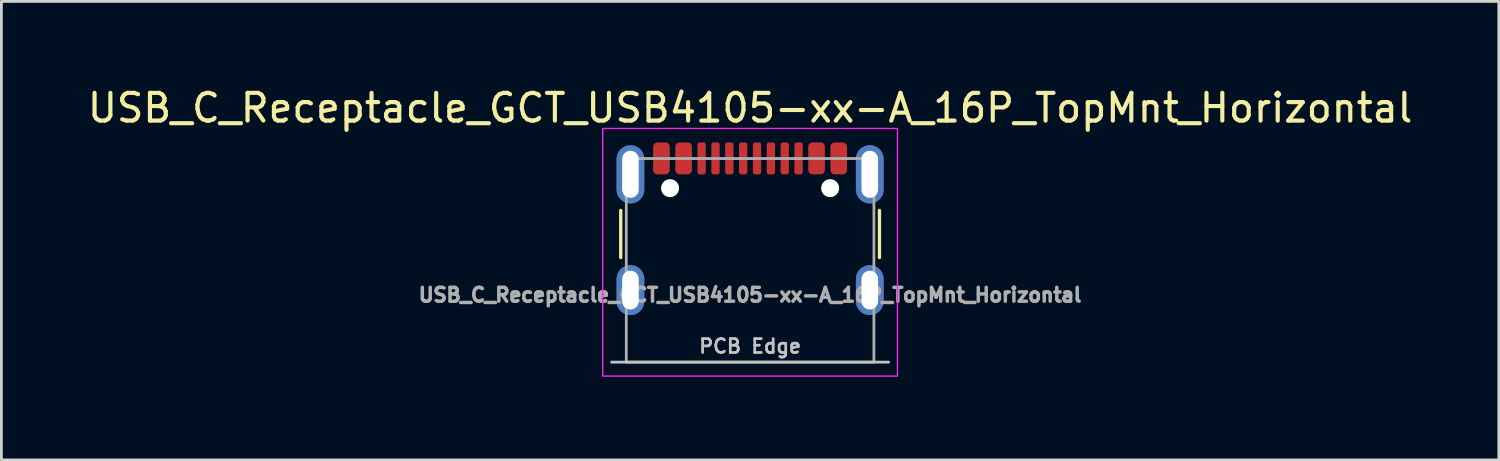
<source format=kicad_pcb>
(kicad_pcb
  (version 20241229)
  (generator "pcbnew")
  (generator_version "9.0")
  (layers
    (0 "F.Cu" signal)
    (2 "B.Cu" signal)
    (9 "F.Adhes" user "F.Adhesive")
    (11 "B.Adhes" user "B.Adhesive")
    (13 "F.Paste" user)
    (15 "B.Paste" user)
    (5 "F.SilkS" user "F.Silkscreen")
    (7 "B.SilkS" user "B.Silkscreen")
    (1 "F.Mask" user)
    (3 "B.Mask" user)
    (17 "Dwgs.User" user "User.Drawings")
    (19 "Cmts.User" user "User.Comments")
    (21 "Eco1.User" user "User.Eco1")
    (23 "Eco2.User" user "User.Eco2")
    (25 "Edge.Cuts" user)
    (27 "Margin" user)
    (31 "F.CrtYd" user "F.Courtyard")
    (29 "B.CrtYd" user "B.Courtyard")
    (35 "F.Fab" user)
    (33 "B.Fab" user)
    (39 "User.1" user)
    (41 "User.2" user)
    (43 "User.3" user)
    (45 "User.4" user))
  (footprint "USB_C_Receptacle_GCT_USB4105-xx-A_16P_TopMnt_Horizontal"
    (layer "F.Cu")
    (at 24.03 6.348)
    (property "Reference" "USB_C_Receptacle_GCT_USB4105-xx-A_16P_TopMnt_Horizontal" (at 0 -5.5 0) (unlocked yes) (layer "F.SilkS") (effects (font (size 1 1) (thickness 0.15))))
    (attr smd)
    (fp_line (start -4.67 -0.1) (end -4.67 -1.8) (stroke (width 0.12) (type solid)) (layer "F.SilkS"))
    (fp_line (start 4.67 -0.1) (end 4.67 -1.8) (stroke (width 0.12) (type solid)) (layer "F.SilkS"))
    (fp_line (start 5 3.675) (end -5 3.675) (stroke (width 0.1) (type solid)) (layer "Dwgs.User"))
    (fp_rect (start -5.32 -4.76) (end 5.32 4.18) (stroke (width 0.05) (type solid)) (fill no) (layer "F.CrtYd"))
    (fp_rect (start -4.47 -3.675) (end 4.47 3.675) (stroke (width 0.1) (type solid)) (fill no) (layer "F.Fab"))
    (fp_text user "PCB Edge" (at 0 3.1 0) (unlocked yes) (layer "Dwgs.User") (effects (font (size 0.5 0.5) (thickness 0.1))))
    (fp_text user "${REFERENCE}" (at 0 1.25 0) (unlocked yes) (layer "F.Fab") (effects (font (size 0.5 0.5) (thickness 0.125))))
    (pad "" np_thru_hole circle (at -2.89 -2.605) (size 0.65 0.65) (drill 0.65) (layers "*.Cu" "*.Mask"))
    (pad "" np_thru_hole circle (at 2.89 -2.605) (size 0.65 0.65) (drill 0.65) (layers "*.Cu" "*.Mask"))
    (pad "A1" smd roundrect (at -3.2 -3.68) (size 0.6 1.15) (layers "F.Cu" "F.Mask" "F.Paste") (roundrect_rratio 0.25))
    (pad "A1" smd roundrect (at 3.2 -3.68) (size 0.6 1.15) (layers "F.Cu" "F.Mask" "F.Paste") (roundrect_rratio 0.25))
    (pad "A4" smd roundrect (at -2.4 -3.68) (size 0.6 1.15) (layers "F.Cu" "F.Mask" "F.Paste") (roundrect_rratio 0.25))
    (pad "A4" smd roundrect (at 2.4 -3.68) (size 0.6 1.15) (layers "F.Cu" "F.Mask" "F.Paste") (roundrect_rratio 0.25))
    (pad "A5" smd roundrect (at -1.25 -3.68) (size 0.3 1.15) (layers "F.Cu" "F.Mask" "F.Paste") (roundrect_rratio 0.25))
    (pad "A6" smd roundrect (at -0.25 -3.68) (size 0.3 1.15) (layers "F.Cu" "F.Mask" "F.Paste") (roundrect_rratio 0.25))
    (pad "A7" smd roundrect (at 0.25 -3.68) (size 0.3 1.15) (layers "F.Cu" "F.Mask" "F.Paste") (roundrect_rratio 0.25))
    (pad "A8" smd roundrect (at 1.25 -3.68) (size 0.3 1.15) (layers "F.Cu" "F.Mask" "F.Paste") (roundrect_rratio 0.25))
    (pad "B5" smd roundrect (at 1.75 -3.68) (size 0.3 1.15) (layers "F.Cu" "F.Mask" "F.Paste") (roundrect_rratio 0.25))
    (pad "B6" smd roundrect (at 0.75 -3.68) (size 0.3 1.15) (layers "F.Cu" "F.Mask" "F.Paste") (roundrect_rratio 0.25))
    (pad "B7" smd roundrect (at -0.75 -3.68) (size 0.3 1.15) (layers "F.Cu" "F.Mask" "F.Paste") (roundrect_rratio 0.25))
    (pad "B8" smd roundrect (at -1.75 -3.68) (size 0.3 1.15) (layers "F.Cu" "F.Mask" "F.Paste") (roundrect_rratio 0.25))
    (pad "S1" thru_hole oval (at -4.32 -3.105) (size 1 2.1) (drill oval 0.6 1.7) (layers "*.Cu" "*.Mask" "F.Paste"))
    (pad "S1" thru_hole oval (at -4.32 1.075) (size 1 1.8) (drill oval 0.6 1.4) (layers "*.Cu" "*.Mask" "F.Paste"))
    (pad "S1" thru_hole oval (at 4.32 -3.105) (size 1 2.1) (drill oval 0.6 1.7) (layers "*.Cu" "*.Mask" "F.Paste"))
    (pad "S1" thru_hole oval (at 4.32 1.075) (size 1 1.8) (drill oval 0.6 1.4) (layers "*.Cu" "*.Mask" "F.Paste")))
  (gr_rect
    (start -3 -3)
    (end 51.06 13.553)
    (stroke (width 0.1) (type default))
    (fill no)
    (layer "Edge.Cuts")))
</source>
